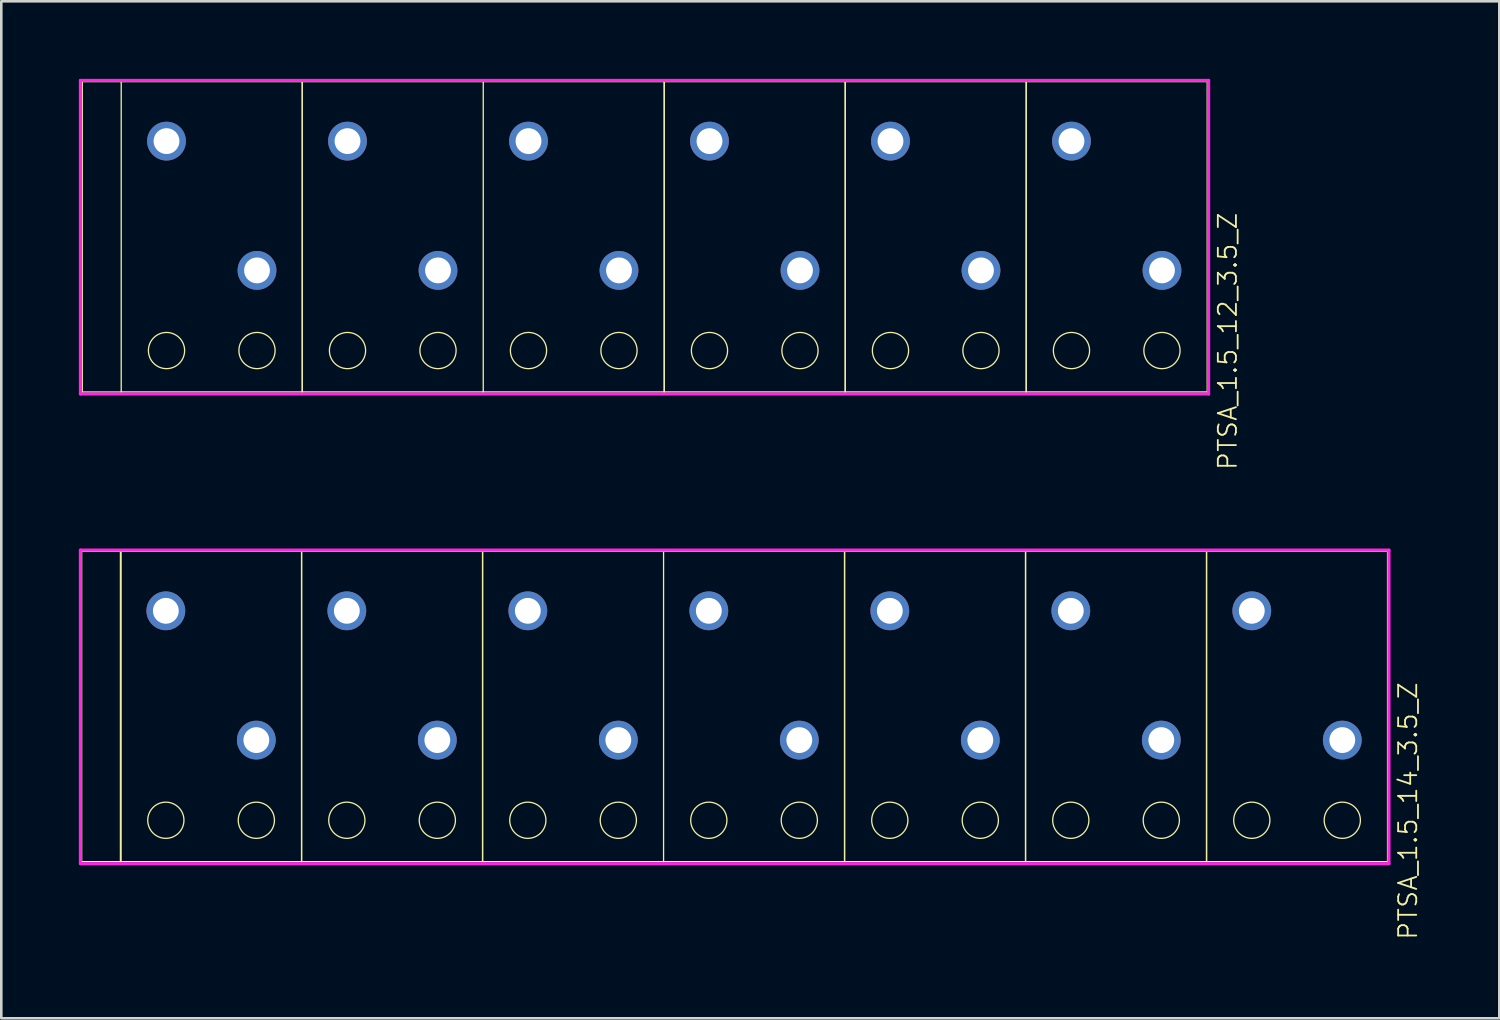
<source format=kicad_pcb>
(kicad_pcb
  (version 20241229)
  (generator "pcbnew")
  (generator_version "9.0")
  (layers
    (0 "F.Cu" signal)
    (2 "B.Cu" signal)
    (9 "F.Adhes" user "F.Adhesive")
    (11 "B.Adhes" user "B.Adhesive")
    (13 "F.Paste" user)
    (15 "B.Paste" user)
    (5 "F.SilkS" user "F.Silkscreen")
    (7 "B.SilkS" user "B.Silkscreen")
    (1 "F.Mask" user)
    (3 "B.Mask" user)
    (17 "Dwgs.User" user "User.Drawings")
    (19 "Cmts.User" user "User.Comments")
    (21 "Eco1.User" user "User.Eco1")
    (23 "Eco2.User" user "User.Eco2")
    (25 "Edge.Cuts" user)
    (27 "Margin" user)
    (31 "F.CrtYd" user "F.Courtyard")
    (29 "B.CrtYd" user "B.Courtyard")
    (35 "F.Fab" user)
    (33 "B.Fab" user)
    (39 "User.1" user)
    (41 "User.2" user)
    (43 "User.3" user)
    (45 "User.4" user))
  (footprint "PTSA_1.5_12_3.5_Z"
    (layer "F.Cu")
    (at 21.59 5.648)
    (property "Reference" "PTSA_1.5_12_3.5_Z" (at 22.84 4.5 90) (layer "F.SilkS") (effects (font (size 0.7 0.7) (thickness 0.07))))
    (attr through_hole)
    (fp_line (start -21.458 -5.54) (end -19.952 -5.54) (stroke (width 0.05) (type solid)) (layer "F.SilkS"))
    (fp_line (start -21.458 6.461) (end -21.458 -5.54) (stroke (width 0.05) (type solid)) (layer "F.SilkS"))
    (fp_line (start -19.958 6.461) (end -21.458 6.461) (stroke (width 0.05) (type solid)) (layer "F.SilkS"))
    (fp_line (start -19.952 -5.54) (end -19.952 6.46) (stroke (width 0.05) (type solid)) (layer "F.SilkS"))
    (fp_line (start -12.95 -5.54) (end -19.95 -5.54) (stroke (width 0.05) (type solid)) (layer "F.SilkS"))
    (fp_line (start -12.95 -5.54) (end -12.95 6.46) (stroke (width 0.05) (type solid)) (layer "F.SilkS"))
    (fp_line (start -12.95 -5.54) (end -12.95 6.46) (stroke (width 0.05) (type solid)) (layer "F.SilkS"))
    (fp_line (start -12.95 6.46) (end -19.95 6.46) (stroke (width 0.05) (type solid)) (layer "F.SilkS"))
    (fp_line (start -5.95 -5.54) (end -12.95 -5.54) (stroke (width 0.05) (type solid)) (layer "F.SilkS"))
    (fp_line (start -5.95 -5.54) (end -5.95 6.46) (stroke (width 0.05) (type solid)) (layer "F.SilkS"))
    (fp_line (start -5.95 6.46) (end -12.95 6.46) (stroke (width 0.05) (type solid)) (layer "F.SilkS"))
    (fp_line (start 1.05 -5.54) (end -5.95 -5.54) (stroke (width 0.05) (type solid)) (layer "F.SilkS"))
    (fp_line (start 1.05 -5.54) (end 1.05 6.46) (stroke (width 0.05) (type solid)) (layer "F.SilkS"))
    (fp_line (start 1.05 -5.54) (end 1.05 6.46) (stroke (width 0.05) (type solid)) (layer "F.SilkS"))
    (fp_line (start 1.05 6.46) (end -5.95 6.46) (stroke (width 0.05) (type solid)) (layer "F.SilkS"))
    (fp_line (start 8.05 -5.54) (end 1.05 -5.54) (stroke (width 0.05) (type solid)) (layer "F.SilkS"))
    (fp_line (start 8.05 -5.54) (end 8.05 6.46) (stroke (width 0.05) (type solid)) (layer "F.SilkS"))
    (fp_line (start 8.05 -5.54) (end 8.05 6.46) (stroke (width 0.05) (type solid)) (layer "F.SilkS"))
    (fp_line (start 8.05 6.46) (end 1.05 6.46) (stroke (width 0.05) (type solid)) (layer "F.SilkS"))
    (fp_line (start 15.05 -5.54) (end 8.05 -5.54) (stroke (width 0.05) (type solid)) (layer "F.SilkS"))
    (fp_line (start 15.05 -5.54) (end 15.05 6.46) (stroke (width 0.05) (type solid)) (layer "F.SilkS"))
    (fp_line (start 15.05 -5.54) (end 15.05 6.46) (stroke (width 0.05) (type solid)) (layer "F.SilkS"))
    (fp_line (start 15.05 6.46) (end 8.05 6.46) (stroke (width 0.05) (type solid)) (layer "F.SilkS"))
    (fp_line (start 22.05 -5.54) (end 15.05 -5.54) (stroke (width 0.05) (type solid)) (layer "F.SilkS"))
    (fp_line (start 22.05 -5.54) (end 22.05 6.46) (stroke (width 0.05) (type solid)) (layer "F.SilkS"))
    (fp_line (start 22.05 6.46) (end 15.05 6.46) (stroke (width 0.05) (type solid)) (layer "F.SilkS"))
    (fp_circle (center -18.2 4.86) (end -17.5 4.86) (stroke (width 0.05) (type solid)) (fill no) (layer "F.SilkS"))
    (fp_circle (center -14.7 4.86) (end -14 4.86) (stroke (width 0.05) (type solid)) (fill no) (layer "F.SilkS"))
    (fp_circle (center -11.2 4.86) (end -10.5 4.86) (stroke (width 0.05) (type solid)) (fill no) (layer "F.SilkS"))
    (fp_circle (center -7.7 4.86) (end -7 4.86) (stroke (width 0.05) (type solid)) (fill no) (layer "F.SilkS"))
    (fp_circle (center -4.2 4.86) (end -3.5 4.86) (stroke (width 0.05) (type solid)) (fill no) (layer "F.SilkS"))
    (fp_circle (center -0.7 4.86) (end 0 4.86) (stroke (width 0.05) (type solid)) (fill no) (layer "F.SilkS"))
    (fp_circle (center 2.8 4.86) (end 3.5 4.86) (stroke (width 0.05) (type solid)) (fill no) (layer "F.SilkS"))
    (fp_circle (center 6.3 4.86) (end 7 4.86) (stroke (width 0.05) (type solid)) (fill no) (layer "F.SilkS"))
    (fp_circle (center 9.8 4.86) (end 10.5 4.86) (stroke (width 0.05) (type solid)) (fill no) (layer "F.SilkS"))
    (fp_circle (center 13.3 4.86) (end 14 4.86) (stroke (width 0.05) (type solid)) (fill no) (layer "F.SilkS"))
    (fp_circle (center 16.8 4.86) (end 17.5 4.86) (stroke (width 0.05) (type solid)) (fill no) (layer "F.SilkS"))
    (fp_circle (center 20.3 4.86) (end 21 4.86) (stroke (width 0.05) (type solid)) (fill no) (layer "F.SilkS"))
    (fp_line (start -21.53 -5.588) (end 22.105 -5.588) (stroke (width 0.12) (type solid)) (layer "F.CrtYd"))
    (fp_line (start -21.53 6.54) (end -21.53 -5.588) (stroke (width 0.12) (type solid)) (layer "F.CrtYd"))
    (fp_line (start 22.105 -5.588) (end 22.105 6.54) (stroke (width 0.12) (type solid)) (layer "F.CrtYd"))
    (fp_line (start 22.105 6.54) (end -21.53 6.54) (stroke (width 0.12) (type solid)) (layer "F.CrtYd"))
    (pad "1" thru_hole circle (at 20.3 1.76) (size 1.5 1.5) (drill 1) (layers "*.Cu" "*.Mask"))
    (pad "2" thru_hole circle (at 16.8 -3.24) (size 1.5 1.5) (drill 1) (layers "*.Cu" "*.Mask"))
    (pad "3" thru_hole circle (at 13.3 1.76) (size 1.5 1.5) (drill 1) (layers "*.Cu" "*.Mask"))
    (pad "4" thru_hole circle (at 9.8 -3.24) (size 1.5 1.5) (drill 1) (layers "*.Cu" "*.Mask"))
    (pad "5" thru_hole circle (at 6.3 1.76) (size 1.5 1.5) (drill 1) (layers "*.Cu" "*.Mask"))
    (pad "6" thru_hole circle (at 2.8 -3.24) (size 1.5 1.5) (drill 1) (layers "*.Cu" "*.Mask"))
    (pad "7" thru_hole circle (at -0.7 1.76) (size 1.5 1.5) (drill 1) (layers "*.Cu" "*.Mask"))
    (pad "8" thru_hole circle (at -4.2 -3.24) (size 1.5 1.5) (drill 1) (layers "*.Cu" "*.Mask"))
    (pad "9" thru_hole circle (at -7.7 1.76) (size 1.5 1.5) (drill 1) (layers "*.Cu" "*.Mask"))
    (pad "10" thru_hole circle (at -11.2 -3.24) (size 1.5 1.5) (drill 1) (layers "*.Cu" "*.Mask"))
    (pad "11" thru_hole circle (at -14.7 1.76) (size 1.5 1.5) (drill 1) (layers "*.Cu" "*.Mask"))
    (pad "12" thru_hole circle (at -18.2 -3.24) (size 1.5 1.5) (drill 1) (layers "*.Cu" "*.Mask")))
  (footprint "PTSA_1.5_14_3.5_Z"
    (layer "F.Cu")
    (at 25.904 23.814)
    (property "Reference" "PTSA_1.5_14_3.5_Z" (at 25.5 4.5 90) (layer "F.SilkS") (effects (font (size 0.7 0.7) (thickness 0.07))))
    (attr through_hole)
    (fp_line (start -25.796 -5.539) (end -24.296 -5.539) (stroke (width 0.05) (type solid)) (layer "F.SilkS"))
    (fp_line (start -25.796 6.461) (end -25.796 -5.539) (stroke (width 0.05) (type solid)) (layer "F.SilkS"))
    (fp_line (start -24.296 6.461) (end -25.796 6.461) (stroke (width 0.05) (type solid)) (layer "F.SilkS"))
    (fp_line (start -24.29 -5.54) (end -24.29 6.46) (stroke (width 0.05) (type solid)) (layer "F.SilkS"))
    (fp_line (start -24.29 -5.54) (end -24.29 6.46) (stroke (width 0.05) (type solid)) (layer "F.SilkS"))
    (fp_line (start -24.29 -5.54) (end -24.29 6.46) (stroke (width 0.05) (type solid)) (layer "F.SilkS"))
    (fp_line (start -24.29 -5.54) (end -24.29 6.46) (stroke (width 0.05) (type solid)) (layer "F.SilkS"))
    (fp_line (start -24.29 -5.54) (end -24.29 6.46) (stroke (width 0.05) (type solid)) (layer "F.SilkS"))
    (fp_line (start -17.29 -5.54) (end -24.29 -5.54) (stroke (width 0.05) (type solid)) (layer "F.SilkS"))
    (fp_line (start -17.29 -5.54) (end -17.29 6.46) (stroke (width 0.05) (type solid)) (layer "F.SilkS"))
    (fp_line (start -17.29 -5.54) (end -17.29 6.46) (stroke (width 0.05) (type solid)) (layer "F.SilkS"))
    (fp_line (start -17.29 6.46) (end -24.29 6.46) (stroke (width 0.05) (type solid)) (layer "F.SilkS"))
    (fp_line (start -10.29 -5.54) (end -17.29 -5.54) (stroke (width 0.05) (type solid)) (layer "F.SilkS"))
    (fp_line (start -10.29 -5.54) (end -10.29 6.46) (stroke (width 0.05) (type solid)) (layer "F.SilkS"))
    (fp_line (start -10.29 -5.54) (end -10.29 6.46) (stroke (width 0.05) (type solid)) (layer "F.SilkS"))
    (fp_line (start -10.29 6.46) (end -17.29 6.46) (stroke (width 0.05) (type solid)) (layer "F.SilkS"))
    (fp_line (start -3.29 -5.54) (end -10.29 -5.54) (stroke (width 0.05) (type solid)) (layer "F.SilkS"))
    (fp_line (start -3.29 -5.54) (end -3.29 6.46) (stroke (width 0.05) (type solid)) (layer "F.SilkS"))
    (fp_line (start -3.29 6.46) (end -10.29 6.46) (stroke (width 0.05) (type solid)) (layer "F.SilkS"))
    (fp_line (start 3.71 -5.54) (end -3.29 -5.54) (stroke (width 0.05) (type solid)) (layer "F.SilkS"))
    (fp_line (start 3.71 -5.54) (end 3.71 6.46) (stroke (width 0.05) (type solid)) (layer "F.SilkS"))
    (fp_line (start 3.71 -5.54) (end 3.71 6.46) (stroke (width 0.05) (type solid)) (layer "F.SilkS"))
    (fp_line (start 3.71 6.46) (end -3.29 6.46) (stroke (width 0.05) (type solid)) (layer "F.SilkS"))
    (fp_line (start 10.71 -5.54) (end 3.71 -5.54) (stroke (width 0.05) (type solid)) (layer "F.SilkS"))
    (fp_line (start 10.71 -5.54) (end 10.71 6.46) (stroke (width 0.05) (type solid)) (layer "F.SilkS"))
    (fp_line (start 10.71 -5.54) (end 10.71 6.46) (stroke (width 0.05) (type solid)) (layer "F.SilkS"))
    (fp_line (start 10.71 6.46) (end 3.71 6.46) (stroke (width 0.05) (type solid)) (layer "F.SilkS"))
    (fp_line (start 17.71 -5.54) (end 10.71 -5.54) (stroke (width 0.05) (type solid)) (layer "F.SilkS"))
    (fp_line (start 17.71 -5.54) (end 17.71 6.46) (stroke (width 0.05) (type solid)) (layer "F.SilkS"))
    (fp_line (start 17.71 -5.54) (end 17.71 6.46) (stroke (width 0.05) (type solid)) (layer "F.SilkS"))
    (fp_line (start 17.71 6.46) (end 10.71 6.46) (stroke (width 0.05) (type solid)) (layer "F.SilkS"))
    (fp_line (start 24.71 -5.54) (end 17.71 -5.54) (stroke (width 0.05) (type solid)) (layer "F.SilkS"))
    (fp_line (start 24.71 -5.54) (end 24.71 6.46) (stroke (width 0.05) (type solid)) (layer "F.SilkS"))
    (fp_line (start 24.71 6.46) (end 17.71 6.46) (stroke (width 0.05) (type solid)) (layer "F.SilkS"))
    (fp_circle (center -22.54 4.86) (end -21.84 4.86) (stroke (width 0.05) (type solid)) (fill no) (layer "F.SilkS"))
    (fp_circle (center -19.04 4.86) (end -18.34 4.86) (stroke (width 0.05) (type solid)) (fill no) (layer "F.SilkS"))
    (fp_circle (center -15.54 4.86) (end -14.84 4.86) (stroke (width 0.05) (type solid)) (fill no) (layer "F.SilkS"))
    (fp_circle (center -12.04 4.86) (end -11.34 4.86) (stroke (width 0.05) (type solid)) (fill no) (layer "F.SilkS"))
    (fp_circle (center -8.54 4.86) (end -7.84 4.86) (stroke (width 0.05) (type solid)) (fill no) (layer "F.SilkS"))
    (fp_circle (center -5.04 4.86) (end -4.34 4.86) (stroke (width 0.05) (type solid)) (fill no) (layer "F.SilkS"))
    (fp_circle (center -1.54 4.86) (end -0.84 4.86) (stroke (width 0.05) (type solid)) (fill no) (layer "F.SilkS"))
    (fp_circle (center 1.96 4.86) (end 2.66 4.86) (stroke (width 0.05) (type solid)) (fill no) (layer "F.SilkS"))
    (fp_circle (center 5.46 4.86) (end 6.16 4.86) (stroke (width 0.05) (type solid)) (fill no) (layer "F.SilkS"))
    (fp_circle (center 8.96 4.86) (end 9.66 4.86) (stroke (width 0.05) (type solid)) (fill no) (layer "F.SilkS"))
    (fp_circle (center 12.46 4.86) (end 13.16 4.86) (stroke (width 0.05) (type solid)) (fill no) (layer "F.SilkS"))
    (fp_circle (center 15.96 4.86) (end 16.66 4.86) (stroke (width 0.05) (type solid)) (fill no) (layer "F.SilkS"))
    (fp_circle (center 19.46 4.86) (end 20.16 4.86) (stroke (width 0.05) (type solid)) (fill no) (layer "F.SilkS"))
    (fp_circle (center 22.96 4.86) (end 23.66 4.86) (stroke (width 0.05) (type solid)) (fill no) (layer "F.SilkS"))
    (fp_line (start -25.845 -5.588) (end 24.765 -5.588) (stroke (width 0.12) (type solid)) (layer "F.CrtYd"))
    (fp_line (start -25.845 6.54) (end -25.845 -5.588) (stroke (width 0.12) (type solid)) (layer "F.CrtYd"))
    (fp_line (start 24.765 -5.588) (end 24.765 6.54) (stroke (width 0.12) (type solid)) (layer "F.CrtYd"))
    (fp_line (start 24.765 6.54) (end -25.845 6.54) (stroke (width 0.12) (type solid)) (layer "F.CrtYd"))
    (pad "1" thru_hole circle (at 22.96 1.76) (size 1.5 1.5) (drill 1) (layers "*.Cu" "*.Mask"))
    (pad "2" thru_hole circle (at 19.46 -3.24) (size 1.5 1.5) (drill 1) (layers "*.Cu" "*.Mask"))
    (pad "3" thru_hole circle (at 15.96 1.76) (size 1.5 1.5) (drill 1) (layers "*.Cu" "*.Mask"))
    (pad "4" thru_hole circle (at 12.46 -3.24) (size 1.5 1.5) (drill 1) (layers "*.Cu" "*.Mask"))
    (pad "5" thru_hole circle (at 8.96 1.76) (size 1.5 1.5) (drill 1) (layers "*.Cu" "*.Mask"))
    (pad "6" thru_hole circle (at 5.46 -3.24) (size 1.5 1.5) (drill 1) (layers "*.Cu" "*.Mask"))
    (pad "7" thru_hole circle (at 1.96 1.76) (size 1.5 1.5) (drill 1) (layers "*.Cu" "*.Mask"))
    (pad "8" thru_hole circle (at -1.54 -3.24) (size 1.5 1.5) (drill 1) (layers "*.Cu" "*.Mask"))
    (pad "9" thru_hole circle (at -5.04 1.76) (size 1.5 1.5) (drill 1) (layers "*.Cu" "*.Mask"))
    (pad "10" thru_hole circle (at -8.54 -3.24) (size 1.5 1.5) (drill 1) (layers "*.Cu" "*.Mask"))
    (pad "11" thru_hole circle (at -12.04 1.76) (size 1.5 1.5) (drill 1) (layers "*.Cu" "*.Mask"))
    (pad "12" thru_hole circle (at -15.54 -3.24) (size 1.5 1.5) (drill 1) (layers "*.Cu" "*.Mask"))
    (pad "13" thru_hole circle (at -19.04 1.76) (size 1.5 1.5) (drill 1) (layers "*.Cu" "*.Mask"))
    (pad "14" thru_hole circle (at -22.54 -3.24) (size 1.5 1.5) (drill 1) (layers "*.Cu" "*.Mask")))
  (gr_rect
    (start -3 -3)
    (end 54.937 36.333)
    (stroke (width 0.1) (type default))
    (fill no)
    (layer "Edge.Cuts")))
</source>
